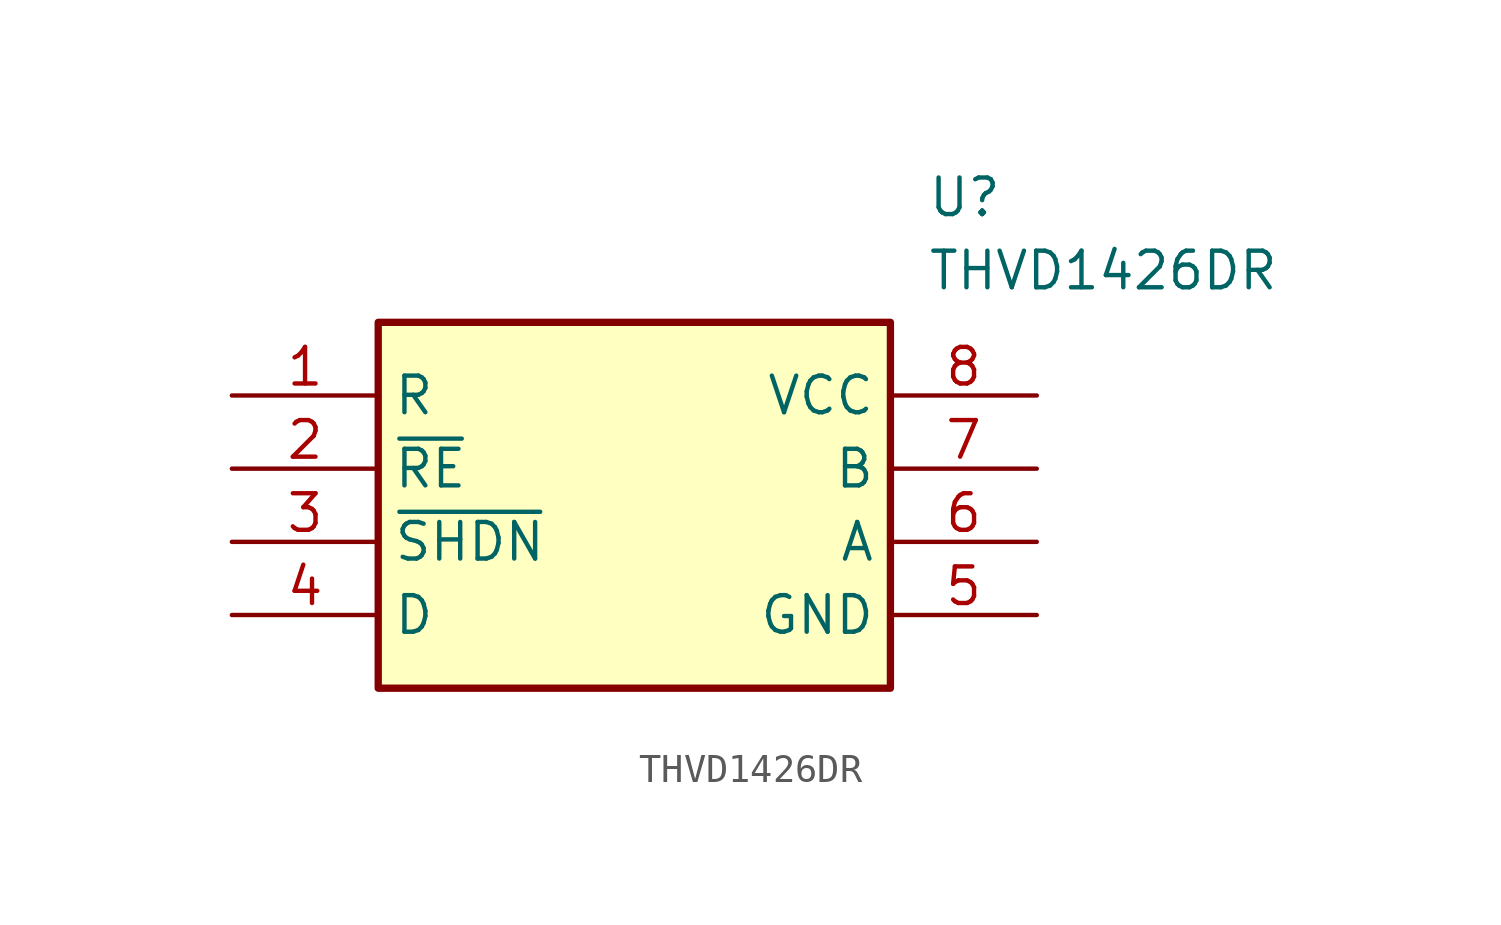
<source format=kicad_sym>
(kicad_symbol_lib
  (version 20231120)
  (generator "kicad_symbol_editor")
  (generator_version "8.0")
  (symbol "THVD1426DR"
    (property "Reference" "U"
      (at 24.13 7.62 0)
      (effects (font (size 1.27 1.27)) (justify left top)))
    (property "Value" "THVD1426DR"
      (at 24.13 5.08 0)
      (effects (font (size 1.27 1.27)) (justify left top)))
    (symbol "THVD1426DR_1_1"
      (rectangle (start 5.08 2.54) (end 22.86 -10.16) (stroke (width 0.254) (type default)) (fill (type background)))
      (pin passive line (at 0 0 0) (length 5.08) (name "R" (effects (font (size 1.27 1.27)))) (number "1" (effects (font (size 1.27 1.27)))))
      (pin passive line (at 0 -2.54 0) (length 5.08) (name "~{RE}" (effects (font (size 1.27 1.27)))) (number "2" (effects (font (size 1.27 1.27)))))
      (pin passive line (at 0 -5.08 0) (length 5.08) (name "~{SHDN}" (effects (font (size 1.27 1.27)))) (number "3" (effects (font (size 1.27 1.27)))))
      (pin passive line (at 0 -7.62 0) (length 5.08) (name "D" (effects (font (size 1.27 1.27)))) (number "4" (effects (font (size 1.27 1.27)))))
      (pin passive line (at 27.94 -7.62 180) (length 5.08) (name "GND" (effects (font (size 1.27 1.27)))) (number "5" (effects (font (size 1.27 1.27)))))
      (pin passive line (at 27.94 -5.08 180) (length 5.08) (name "A" (effects (font (size 1.27 1.27)))) (number "6" (effects (font (size 1.27 1.27)))))
      (pin passive line (at 27.94 -2.54 180) (length 5.08) (name "B" (effects (font (size 1.27 1.27)))) (number "7" (effects (font (size 1.27 1.27)))))
      (pin passive line (at 27.94 0 180) (length 5.08) (name "VCC" (effects (font (size 1.27 1.27)))) (number "8" (effects (font (size 1.27 1.27))))))))
</source>
